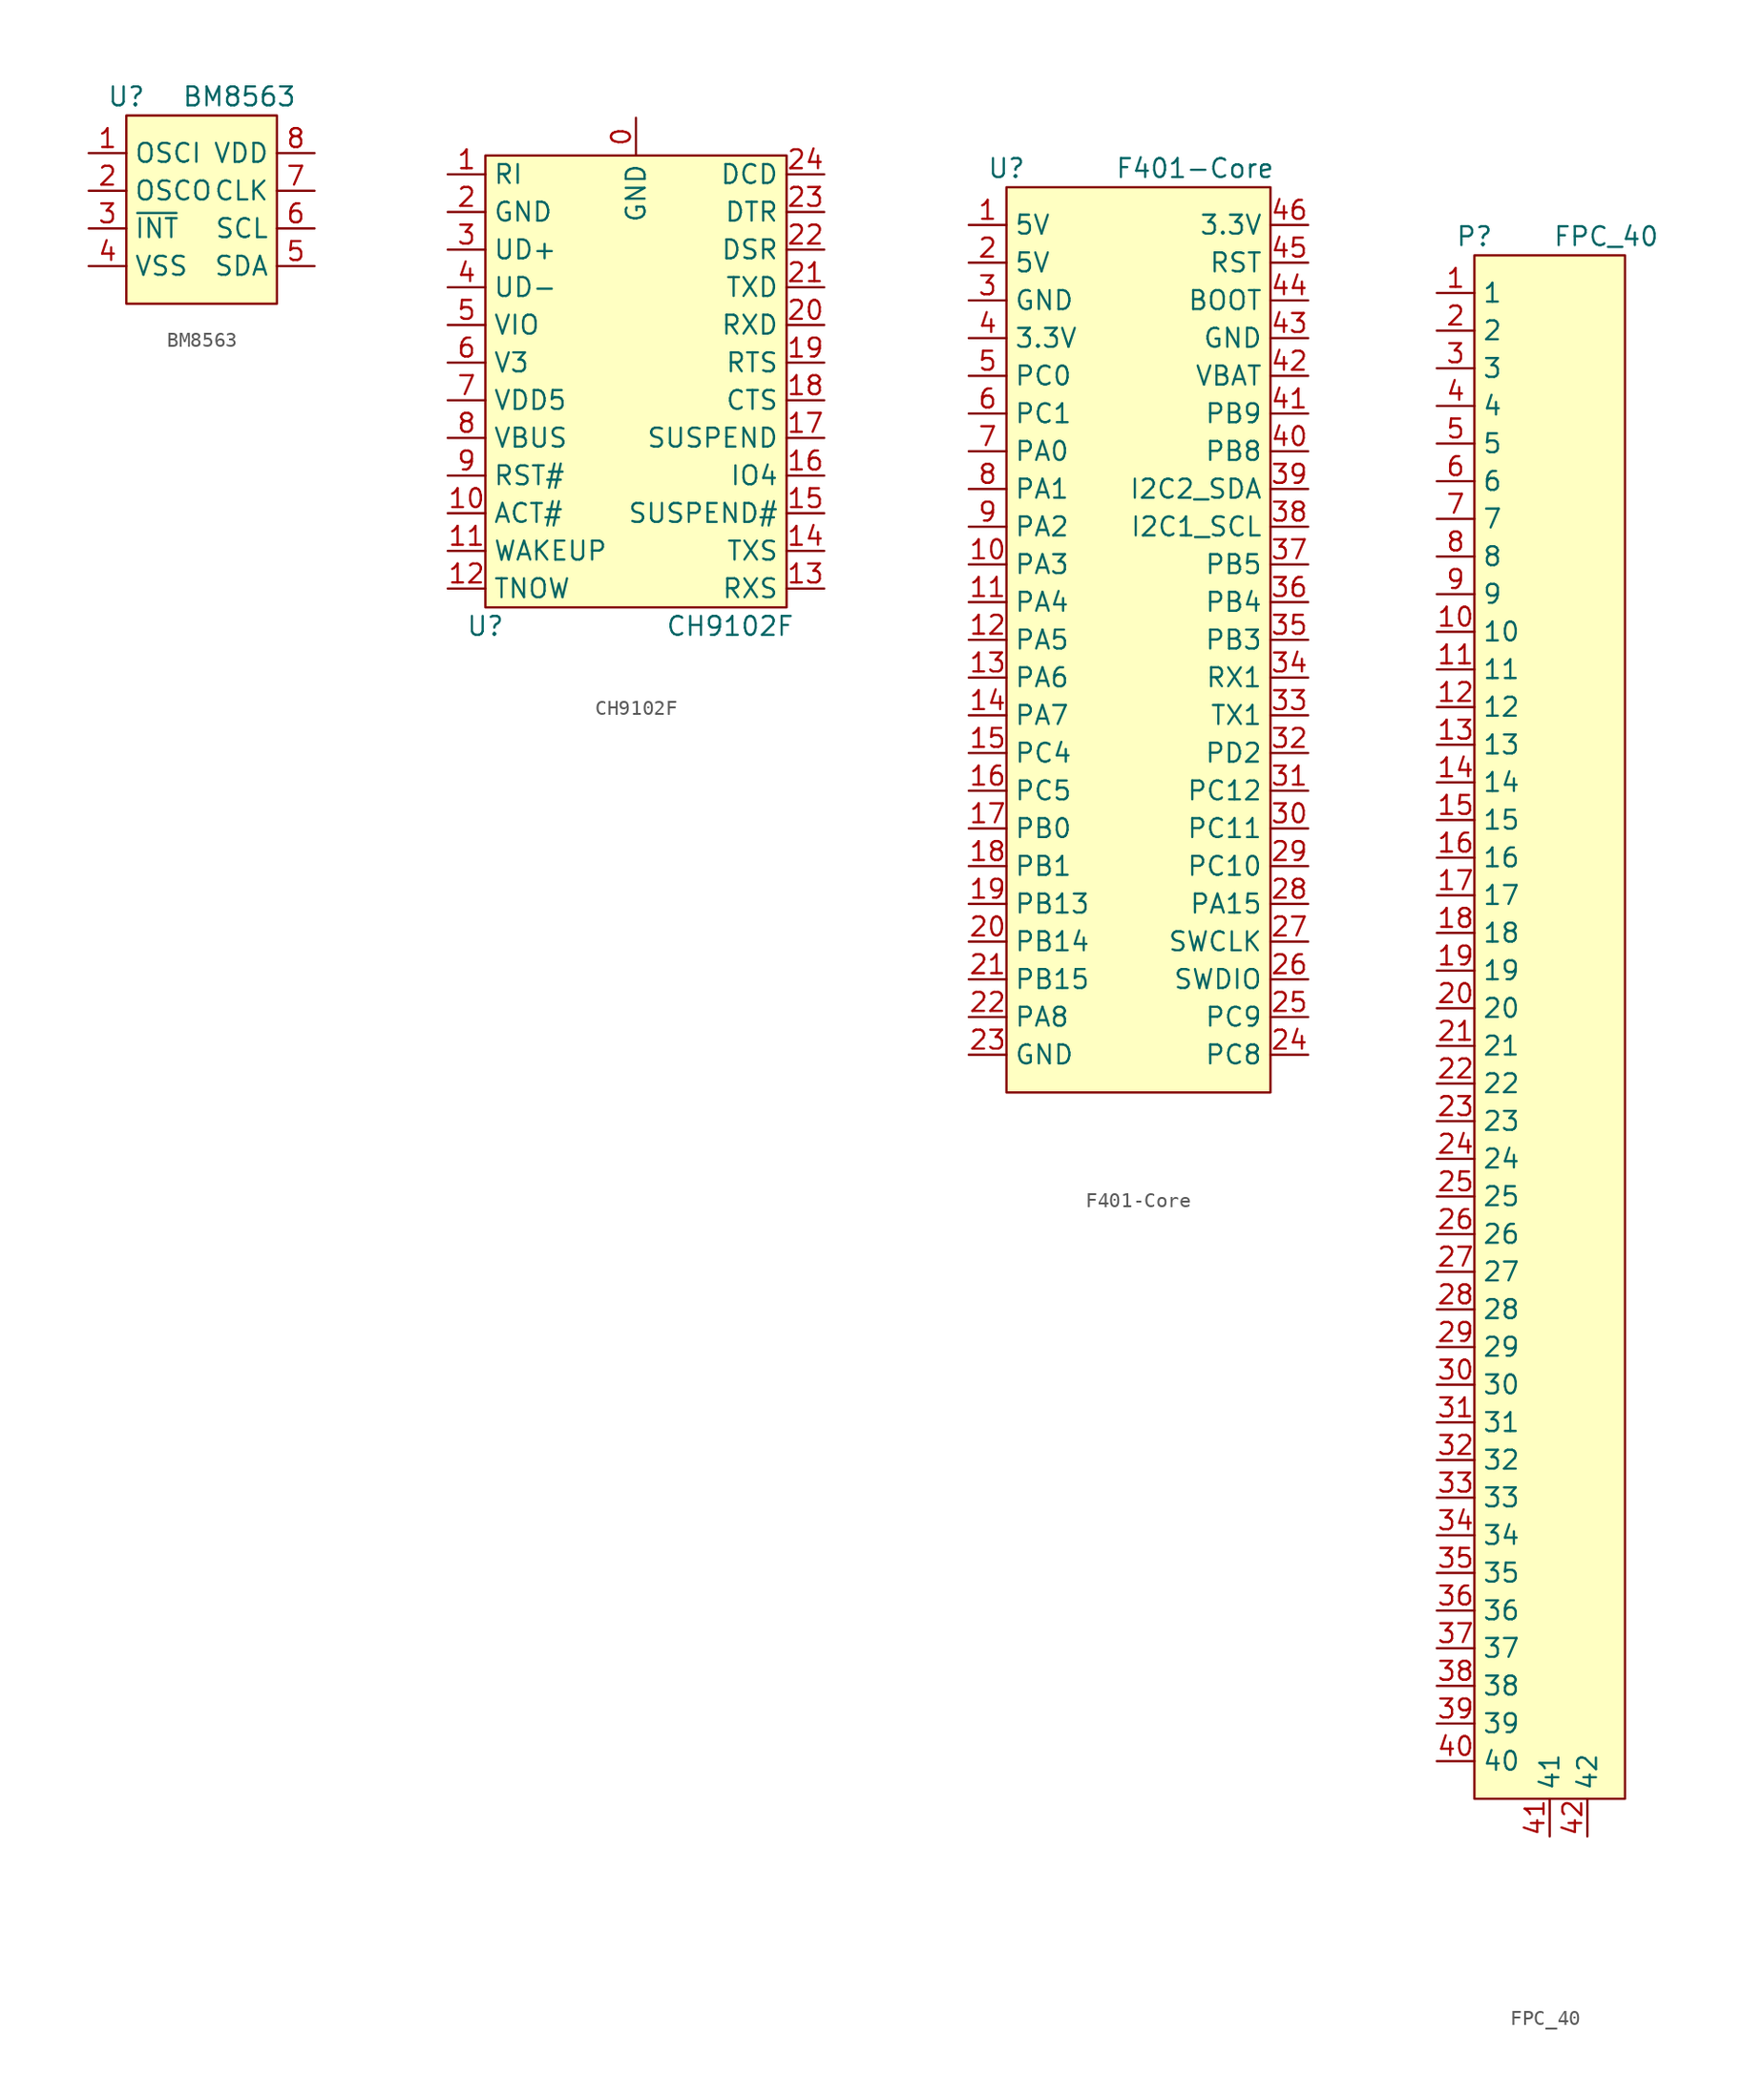
<source format=kicad_sym>
(kicad_symbol_lib
  (version 20211014)
  (generator kicad_symbol_editor)
  (symbol "BM8563"
    (property "Reference" "U"
      (at 0 1.27 0)
      (effects (font (size 1.27 1.27))))
    (property "Value" "BM8563"
      (at 7.62 1.27 0)
      (effects (font (size 1.27 1.27))))
    (symbol "BM8563_0_1"
      (rectangle (start 0 0) (end 10.16 -12.7) (stroke (width 0) (type default) (color 0 0 0 0)) (fill (type background))))
    (symbol "BM8563_1_1"
      (pin passive line (at -2.54 -2.54 0) (length 2.54) (name "OSCI" (effects (font (size 1.27 1.27)))) (number "1" (effects (font (size 1.27 1.27)))))
      (pin passive line (at -2.54 -5.08 0) (length 2.54) (name "OSCO" (effects (font (size 1.27 1.27)))) (number "2" (effects (font (size 1.27 1.27)))))
      (pin output line (at -2.54 -7.62 0) (length 2.54) (name "~{INT}" (effects (font (size 1.27 1.27)))) (number "3" (effects (font (size 1.27 1.27)))))
      (pin power_in line (at -2.54 -10.16 0) (length 2.54) (name "VSS" (effects (font (size 1.27 1.27)))) (number "4" (effects (font (size 1.27 1.27)))))
      (pin input line (at 12.7 -10.16 180) (length 2.54) (name "SDA" (effects (font (size 1.27 1.27)))) (number "5" (effects (font (size 1.27 1.27)))))
      (pin input line (at 12.7 -7.62 180) (length 2.54) (name "SCL" (effects (font (size 1.27 1.27)))) (number "6" (effects (font (size 1.27 1.27)))))
      (pin output line (at 12.7 -5.08 180) (length 2.54) (name "CLK" (effects (font (size 1.27 1.27)))) (number "7" (effects (font (size 1.27 1.27)))))
      (pin power_in line (at 12.7 -2.54 180) (length 2.54) (name "VDD" (effects (font (size 1.27 1.27)))) (number "8" (effects (font (size 1.27 1.27)))))))
  (symbol "CH9102F"
    (property "Reference" "U"
      (at 0 -31.75 0)
      (effects (font (size 1.27 1.27))))
    (property "Value" "CH9102F"
      (at 16.51 -31.75 0)
      (effects (font (size 1.27 1.27))))
    (symbol "CH9102F_0_1"
      (rectangle (start 0 0) (end 20.32 -30.48) (stroke (width 0) (type default) (color 0 0 0 0)) (fill (type background))))
    (symbol "CH9102F_1_1"
      (pin power_in line (at 10.16 2.54 270) (length 2.54) (name "GND" (effects (font (size 1.27 1.27)))) (number "0" (effects (font (size 1.27 1.27)))))
      (pin input line (at -2.54 -1.27 0) (length 2.54) (name "RI" (effects (font (size 1.27 1.27)))) (number "1" (effects (font (size 1.27 1.27)))))
      (pin output line (at -2.54 -24.13 0) (length 2.54) (name "ACT#" (effects (font (size 1.27 1.27)))) (number "10" (effects (font (size 1.27 1.27)))))
      (pin bidirectional line (at -2.54 -26.67 0) (length 2.54) (name "WAKEUP" (effects (font (size 1.27 1.27)))) (number "11" (effects (font (size 1.27 1.27)))))
      (pin bidirectional line (at -2.54 -29.21 0) (length 2.54) (name "TNOW" (effects (font (size 1.27 1.27)))) (number "12" (effects (font (size 1.27 1.27)))))
      (pin bidirectional line (at 22.86 -29.21 180) (length 2.54) (name "RXS" (effects (font (size 1.27 1.27)))) (number "13" (effects (font (size 1.27 1.27)))))
      (pin bidirectional line (at 22.86 -26.67 180) (length 2.54) (name "TXS" (effects (font (size 1.27 1.27)))) (number "14" (effects (font (size 1.27 1.27)))))
      (pin output line (at 22.86 -24.13 180) (length 2.54) (name "SUSPEND#" (effects (font (size 1.27 1.27)))) (number "15" (effects (font (size 1.27 1.27)))))
      (pin bidirectional line (at 22.86 -21.59 180) (length 2.54) (name "IO4" (effects (font (size 1.27 1.27)))) (number "16" (effects (font (size 1.27 1.27)))))
      (pin output line (at 22.86 -19.05 180) (length 2.54) (name "SUSPEND" (effects (font (size 1.27 1.27)))) (number "17" (effects (font (size 1.27 1.27)))))
      (pin input line (at 22.86 -16.51 180) (length 2.54) (name "CTS" (effects (font (size 1.27 1.27)))) (number "18" (effects (font (size 1.27 1.27)))))
      (pin output line (at 22.86 -13.97 180) (length 2.54) (name "RTS" (effects (font (size 1.27 1.27)))) (number "19" (effects (font (size 1.27 1.27)))))
      (pin power_in line (at -2.54 -3.81 0) (length 2.54) (name "GND" (effects (font (size 1.27 1.27)))) (number "2" (effects (font (size 1.27 1.27)))))
      (pin input line (at 22.86 -11.43 180) (length 2.54) (name "RXD" (effects (font (size 1.27 1.27)))) (number "20" (effects (font (size 1.27 1.27)))))
      (pin output line (at 22.86 -8.89 180) (length 2.54) (name "TXD" (effects (font (size 1.27 1.27)))) (number "21" (effects (font (size 1.27 1.27)))))
      (pin input line (at 22.86 -6.35 180) (length 2.54) (name "DSR" (effects (font (size 1.27 1.27)))) (number "22" (effects (font (size 1.27 1.27)))))
      (pin output line (at 22.86 -3.81 180) (length 2.54) (name "DTR" (effects (font (size 1.27 1.27)))) (number "23" (effects (font (size 1.27 1.27)))))
      (pin input line (at 22.86 -1.27 180) (length 2.54) (name "DCD" (effects (font (size 1.27 1.27)))) (number "24" (effects (font (size 1.27 1.27)))))
      (pin bidirectional line (at -2.54 -6.35 0) (length 2.54) (name "UD+" (effects (font (size 1.27 1.27)))) (number "3" (effects (font (size 1.27 1.27)))))
      (pin bidirectional line (at -2.54 -8.89 0) (length 2.54) (name "UD-" (effects (font (size 1.27 1.27)))) (number "4" (effects (font (size 1.27 1.27)))))
      (pin power_in line (at -2.54 -11.43 0) (length 2.54) (name "VIO" (effects (font (size 1.27 1.27)))) (number "5" (effects (font (size 1.27 1.27)))))
      (pin power_in line (at -2.54 -13.97 0) (length 2.54) (name "V3" (effects (font (size 1.27 1.27)))) (number "6" (effects (font (size 1.27 1.27)))))
      (pin power_in line (at -2.54 -16.51 0) (length 2.54) (name "VDD5" (effects (font (size 1.27 1.27)))) (number "7" (effects (font (size 1.27 1.27)))))
      (pin power_in line (at -2.54 -19.05 0) (length 2.54) (name "VBUS" (effects (font (size 1.27 1.27)))) (number "8" (effects (font (size 1.27 1.27)))))
      (pin passive line (at -2.54 -21.59 0) (length 2.54) (name "RST#" (effects (font (size 1.27 1.27)))) (number "9" (effects (font (size 1.27 1.27)))))))
  (symbol "F401-Core"
    (property "Reference" "U"
      (at 0 1.27 0)
      (effects (font (size 1.27 1.27))))
    (property "Value" "F401-Core"
      (at 12.7 1.27 0)
      (effects (font (size 1.27 1.27))))
    (symbol "F401-Core_0_1"
      (rectangle (start 0 0) (end 17.78 -60.96) (stroke (width 0) (type default) (color 0 0 0 0)) (fill (type background))))
    (symbol "F401-Core_1_1"
      (pin power_in line (at -2.54 -2.54 0) (length 2.54) (name "5V" (effects (font (size 1.27 1.27)))) (number "1" (effects (font (size 1.27 1.27)))))
      (pin bidirectional line (at -2.54 -25.4 0) (length 2.54) (name "PA3" (effects (font (size 1.27 1.27)))) (number "10" (effects (font (size 1.27 1.27)))))
      (pin bidirectional line (at -2.54 -27.94 0) (length 2.54) (name "PA4" (effects (font (size 1.27 1.27)))) (number "11" (effects (font (size 1.27 1.27)))))
      (pin bidirectional line (at -2.54 -30.48 0) (length 2.54) (name "PA5" (effects (font (size 1.27 1.27)))) (number "12" (effects (font (size 1.27 1.27)))))
      (pin bidirectional line (at -2.54 -33.02 0) (length 2.54) (name "PA6" (effects (font (size 1.27 1.27)))) (number "13" (effects (font (size 1.27 1.27)))))
      (pin bidirectional line (at -2.54 -35.56 0) (length 2.54) (name "PA7" (effects (font (size 1.27 1.27)))) (number "14" (effects (font (size 1.27 1.27)))))
      (pin bidirectional line (at -2.54 -38.1 0) (length 2.54) (name "PC4" (effects (font (size 1.27 1.27)))) (number "15" (effects (font (size 1.27 1.27)))))
      (pin bidirectional line (at -2.54 -40.64 0) (length 2.54) (name "PC5" (effects (font (size 1.27 1.27)))) (number "16" (effects (font (size 1.27 1.27)))))
      (pin bidirectional line (at -2.54 -43.18 0) (length 2.54) (name "PB0" (effects (font (size 1.27 1.27)))) (number "17" (effects (font (size 1.27 1.27)))))
      (pin bidirectional line (at -2.54 -45.72 0) (length 2.54) (name "PB1" (effects (font (size 1.27 1.27)))) (number "18" (effects (font (size 1.27 1.27)))))
      (pin bidirectional line (at -2.54 -48.26 0) (length 2.54) (name "PB13" (effects (font (size 1.27 1.27)))) (number "19" (effects (font (size 1.27 1.27)))))
      (pin power_in line (at -2.54 -5.08 0) (length 2.54) (name "5V" (effects (font (size 1.27 1.27)))) (number "2" (effects (font (size 1.27 1.27)))))
      (pin bidirectional line (at -2.54 -50.8 0) (length 2.54) (name "PB14" (effects (font (size 1.27 1.27)))) (number "20" (effects (font (size 1.27 1.27)))))
      (pin bidirectional line (at -2.54 -53.34 0) (length 2.54) (name "PB15" (effects (font (size 1.27 1.27)))) (number "21" (effects (font (size 1.27 1.27)))))
      (pin bidirectional line (at -2.54 -55.88 0) (length 2.54) (name "PA8" (effects (font (size 1.27 1.27)))) (number "22" (effects (font (size 1.27 1.27)))))
      (pin power_in line (at -2.54 -58.42 0) (length 2.54) (name "GND" (effects (font (size 1.27 1.27)))) (number "23" (effects (font (size 1.27 1.27)))))
      (pin bidirectional line (at 20.32 -58.42 180) (length 2.54) (name "PC8" (effects (font (size 1.27 1.27)))) (number "24" (effects (font (size 1.27 1.27)))))
      (pin bidirectional line (at 20.32 -55.88 180) (length 2.54) (name "PC9" (effects (font (size 1.27 1.27)))) (number "25" (effects (font (size 1.27 1.27)))))
      (pin bidirectional line (at 20.32 -53.34 180) (length 2.54) (name "SWDIO" (effects (font (size 1.27 1.27)))) (number "26" (effects (font (size 1.27 1.27)))))
      (pin bidirectional line (at 20.32 -50.8 180) (length 2.54) (name "SWCLK" (effects (font (size 1.27 1.27)))) (number "27" (effects (font (size 1.27 1.27)))))
      (pin bidirectional line (at 20.32 -48.26 180) (length 2.54) (name "PA15" (effects (font (size 1.27 1.27)))) (number "28" (effects (font (size 1.27 1.27)))))
      (pin bidirectional line (at 20.32 -45.72 180) (length 2.54) (name "PC10" (effects (font (size 1.27 1.27)))) (number "29" (effects (font (size 1.27 1.27)))))
      (pin power_in line (at -2.54 -7.62 0) (length 2.54) (name "GND" (effects (font (size 1.27 1.27)))) (number "3" (effects (font (size 1.27 1.27)))))
      (pin bidirectional line (at 20.32 -43.18 180) (length 2.54) (name "PC11" (effects (font (size 1.27 1.27)))) (number "30" (effects (font (size 1.27 1.27)))))
      (pin bidirectional line (at 20.32 -40.64 180) (length 2.54) (name "PC12" (effects (font (size 1.27 1.27)))) (number "31" (effects (font (size 1.27 1.27)))))
      (pin bidirectional line (at 20.32 -38.1 180) (length 2.54) (name "PD2" (effects (font (size 1.27 1.27)))) (number "32" (effects (font (size 1.27 1.27)))))
      (pin bidirectional line (at 20.32 -35.56 180) (length 2.54) (name "TX1" (effects (font (size 1.27 1.27)))) (number "33" (effects (font (size 1.27 1.27)))))
      (pin bidirectional line (at 20.32 -33.02 180) (length 2.54) (name "RX1" (effects (font (size 1.27 1.27)))) (number "34" (effects (font (size 1.27 1.27)))))
      (pin bidirectional line (at 20.32 -30.48 180) (length 2.54) (name "PB3" (effects (font (size 1.27 1.27)))) (number "35" (effects (font (size 1.27 1.27)))))
      (pin bidirectional line (at 20.32 -27.94 180) (length 2.54) (name "PB4" (effects (font (size 1.27 1.27)))) (number "36" (effects (font (size 1.27 1.27)))))
      (pin bidirectional line (at 20.32 -25.4 180) (length 2.54) (name "PB5" (effects (font (size 1.27 1.27)))) (number "37" (effects (font (size 1.27 1.27)))))
      (pin bidirectional line (at 20.32 -22.86 180) (length 2.54) (name "I2C1_SCL" (effects (font (size 1.27 1.27)))) (number "38" (effects (font (size 1.27 1.27)))))
      (pin bidirectional line (at 20.32 -20.32 180) (length 2.54) (name "I2C2_SDA" (effects (font (size 1.27 1.27)))) (number "39" (effects (font (size 1.27 1.27)))))
      (pin bidirectional line (at -2.54 -10.16 0) (length 2.54) (name "3.3V" (effects (font (size 1.27 1.27)))) (number "4" (effects (font (size 1.27 1.27)))))
      (pin bidirectional line (at 20.32 -17.78 180) (length 2.54) (name "PB8" (effects (font (size 1.27 1.27)))) (number "40" (effects (font (size 1.27 1.27)))))
      (pin bidirectional line (at 20.32 -15.24 180) (length 2.54) (name "PB9" (effects (font (size 1.27 1.27)))) (number "41" (effects (font (size 1.27 1.27)))))
      (pin power_in line (at 20.32 -12.7 180) (length 2.54) (name "VBAT" (effects (font (size 1.27 1.27)))) (number "42" (effects (font (size 1.27 1.27)))))
      (pin power_in line (at 20.32 -10.16 180) (length 2.54) (name "GND" (effects (font (size 1.27 1.27)))) (number "43" (effects (font (size 1.27 1.27)))))
      (pin bidirectional line (at 20.32 -7.62 180) (length 2.54) (name "BOOT" (effects (font (size 1.27 1.27)))) (number "44" (effects (font (size 1.27 1.27)))))
      (pin bidirectional line (at 20.32 -5.08 180) (length 2.54) (name "RST" (effects (font (size 1.27 1.27)))) (number "45" (effects (font (size 1.27 1.27)))))
      (pin bidirectional line (at 20.32 -2.54 180) (length 2.54) (name "3.3V" (effects (font (size 1.27 1.27)))) (number "46" (effects (font (size 1.27 1.27)))))
      (pin bidirectional line (at -2.54 -12.7 0) (length 2.54) (name "PC0" (effects (font (size 1.27 1.27)))) (number "5" (effects (font (size 1.27 1.27)))))
      (pin bidirectional line (at -2.54 -15.24 0) (length 2.54) (name "PC1" (effects (font (size 1.27 1.27)))) (number "6" (effects (font (size 1.27 1.27)))))
      (pin bidirectional line (at -2.54 -17.78 0) (length 2.54) (name "PA0" (effects (font (size 1.27 1.27)))) (number "7" (effects (font (size 1.27 1.27)))))
      (pin bidirectional line (at -2.54 -20.32 0) (length 2.54) (name "PA1" (effects (font (size 1.27 1.27)))) (number "8" (effects (font (size 1.27 1.27)))))
      (pin bidirectional line (at -2.54 -22.86 0) (length 2.54) (name "PA2" (effects (font (size 1.27 1.27)))) (number "9" (effects (font (size 1.27 1.27)))))))
  (symbol "FPC_40"
    (property "Reference" "P"
      (at 0 1.27 0)
      (effects (font (size 1.27 1.27))))
    (property "Value" "FPC_40"
      (at 8.89 1.27 0)
      (effects (font (size 1.27 1.27))))
    (symbol "FPC_40_0_1"
      (rectangle (start 0 0) (end 10.16 -104.14) (stroke (width 0) (type default) (color 0 0 0 0)) (fill (type background))))
    (symbol "FPC_40_1_1"
      (pin bidirectional line (at -2.54 -2.54 0) (length 2.54) (name "1" (effects (font (size 1.27 1.27)))) (number "1" (effects (font (size 1.27 1.27)))))
      (pin bidirectional line (at -2.54 -25.4 0) (length 2.54) (name "10" (effects (font (size 1.27 1.27)))) (number "10" (effects (font (size 1.27 1.27)))))
      (pin bidirectional line (at -2.54 -27.94 0) (length 2.54) (name "11" (effects (font (size 1.27 1.27)))) (number "11" (effects (font (size 1.27 1.27)))))
      (pin bidirectional line (at -2.54 -30.48 0) (length 2.54) (name "12" (effects (font (size 1.27 1.27)))) (number "12" (effects (font (size 1.27 1.27)))))
      (pin bidirectional line (at -2.54 -33.02 0) (length 2.54) (name "13" (effects (font (size 1.27 1.27)))) (number "13" (effects (font (size 1.27 1.27)))))
      (pin bidirectional line (at -2.54 -35.56 0) (length 2.54) (name "14" (effects (font (size 1.27 1.27)))) (number "14" (effects (font (size 1.27 1.27)))))
      (pin bidirectional line (at -2.54 -38.1 0) (length 2.54) (name "15" (effects (font (size 1.27 1.27)))) (number "15" (effects (font (size 1.27 1.27)))))
      (pin bidirectional line (at -2.54 -40.64 0) (length 2.54) (name "16" (effects (font (size 1.27 1.27)))) (number "16" (effects (font (size 1.27 1.27)))))
      (pin bidirectional line (at -2.54 -43.18 0) (length 2.54) (name "17" (effects (font (size 1.27 1.27)))) (number "17" (effects (font (size 1.27 1.27)))))
      (pin bidirectional line (at -2.54 -45.72 0) (length 2.54) (name "18" (effects (font (size 1.27 1.27)))) (number "18" (effects (font (size 1.27 1.27)))))
      (pin bidirectional line (at -2.54 -48.26 0) (length 2.54) (name "19" (effects (font (size 1.27 1.27)))) (number "19" (effects (font (size 1.27 1.27)))))
      (pin bidirectional line (at -2.54 -5.08 0) (length 2.54) (name "2" (effects (font (size 1.27 1.27)))) (number "2" (effects (font (size 1.27 1.27)))))
      (pin bidirectional line (at -2.54 -50.8 0) (length 2.54) (name "20" (effects (font (size 1.27 1.27)))) (number "20" (effects (font (size 1.27 1.27)))))
      (pin bidirectional line (at -2.54 -53.34 0) (length 2.54) (name "21" (effects (font (size 1.27 1.27)))) (number "21" (effects (font (size 1.27 1.27)))))
      (pin bidirectional line (at -2.54 -55.88 0) (length 2.54) (name "22" (effects (font (size 1.27 1.27)))) (number "22" (effects (font (size 1.27 1.27)))))
      (pin bidirectional line (at -2.54 -58.42 0) (length 2.54) (name "23" (effects (font (size 1.27 1.27)))) (number "23" (effects (font (size 1.27 1.27)))))
      (pin bidirectional line (at -2.54 -60.96 0) (length 2.54) (name "24" (effects (font (size 1.27 1.27)))) (number "24" (effects (font (size 1.27 1.27)))))
      (pin bidirectional line (at -2.54 -63.5 0) (length 2.54) (name "25" (effects (font (size 1.27 1.27)))) (number "25" (effects (font (size 1.27 1.27)))))
      (pin bidirectional line (at -2.54 -66.04 0) (length 2.54) (name "26" (effects (font (size 1.27 1.27)))) (number "26" (effects (font (size 1.27 1.27)))))
      (pin bidirectional line (at -2.54 -68.58 0) (length 2.54) (name "27" (effects (font (size 1.27 1.27)))) (number "27" (effects (font (size 1.27 1.27)))))
      (pin bidirectional line (at -2.54 -71.12 0) (length 2.54) (name "28" (effects (font (size 1.27 1.27)))) (number "28" (effects (font (size 1.27 1.27)))))
      (pin bidirectional line (at -2.54 -73.66 0) (length 2.54) (name "29" (effects (font (size 1.27 1.27)))) (number "29" (effects (font (size 1.27 1.27)))))
      (pin bidirectional line (at -2.54 -7.62 0) (length 2.54) (name "3" (effects (font (size 1.27 1.27)))) (number "3" (effects (font (size 1.27 1.27)))))
      (pin bidirectional line (at -2.54 -76.2 0) (length 2.54) (name "30" (effects (font (size 1.27 1.27)))) (number "30" (effects (font (size 1.27 1.27)))))
      (pin bidirectional line (at -2.54 -78.74 0) (length 2.54) (name "31" (effects (font (size 1.27 1.27)))) (number "31" (effects (font (size 1.27 1.27)))))
      (pin bidirectional line (at -2.54 -81.28 0) (length 2.54) (name "32" (effects (font (size 1.27 1.27)))) (number "32" (effects (font (size 1.27 1.27)))))
      (pin bidirectional line (at -2.54 -83.82 0) (length 2.54) (name "33" (effects (font (size 1.27 1.27)))) (number "33" (effects (font (size 1.27 1.27)))))
      (pin bidirectional line (at -2.54 -86.36 0) (length 2.54) (name "34" (effects (font (size 1.27 1.27)))) (number "34" (effects (font (size 1.27 1.27)))))
      (pin bidirectional line (at -2.54 -88.9 0) (length 2.54) (name "35" (effects (font (size 1.27 1.27)))) (number "35" (effects (font (size 1.27 1.27)))))
      (pin bidirectional line (at -2.54 -91.44 0) (length 2.54) (name "36" (effects (font (size 1.27 1.27)))) (number "36" (effects (font (size 1.27 1.27)))))
      (pin bidirectional line (at -2.54 -93.98 0) (length 2.54) (name "37" (effects (font (size 1.27 1.27)))) (number "37" (effects (font (size 1.27 1.27)))))
      (pin bidirectional line (at -2.54 -96.52 0) (length 2.54) (name "38" (effects (font (size 1.27 1.27)))) (number "38" (effects (font (size 1.27 1.27)))))
      (pin bidirectional line (at -2.54 -99.06 0) (length 2.54) (name "39" (effects (font (size 1.27 1.27)))) (number "39" (effects (font (size 1.27 1.27)))))
      (pin bidirectional line (at -2.54 -10.16 0) (length 2.54) (name "4" (effects (font (size 1.27 1.27)))) (number "4" (effects (font (size 1.27 1.27)))))
      (pin bidirectional line (at -2.54 -101.6 0) (length 2.54) (name "40" (effects (font (size 1.27 1.27)))) (number "40" (effects (font (size 1.27 1.27)))))
      (pin bidirectional line (at 5.08 -106.68 90) (length 2.54) (name "41" (effects (font (size 1.27 1.27)))) (number "41" (effects (font (size 1.27 1.27)))))
      (pin bidirectional line (at 7.62 -106.68 90) (length 2.54) (name "42" (effects (font (size 1.27 1.27)))) (number "42" (effects (font (size 1.27 1.27)))))
      (pin bidirectional line (at -2.54 -12.7 0) (length 2.54) (name "5" (effects (font (size 1.27 1.27)))) (number "5" (effects (font (size 1.27 1.27)))))
      (pin bidirectional line (at -2.54 -15.24 0) (length 2.54) (name "6" (effects (font (size 1.27 1.27)))) (number "6" (effects (font (size 1.27 1.27)))))
      (pin bidirectional line (at -2.54 -17.78 0) (length 2.54) (name "7" (effects (font (size 1.27 1.27)))) (number "7" (effects (font (size 1.27 1.27)))))
      (pin bidirectional line (at -2.54 -20.32 0) (length 2.54) (name "8" (effects (font (size 1.27 1.27)))) (number "8" (effects (font (size 1.27 1.27)))))
      (pin bidirectional line (at -2.54 -22.86 0) (length 2.54) (name "9" (effects (font (size 1.27 1.27)))) (number "9" (effects (font (size 1.27 1.27))))))))
</source>
